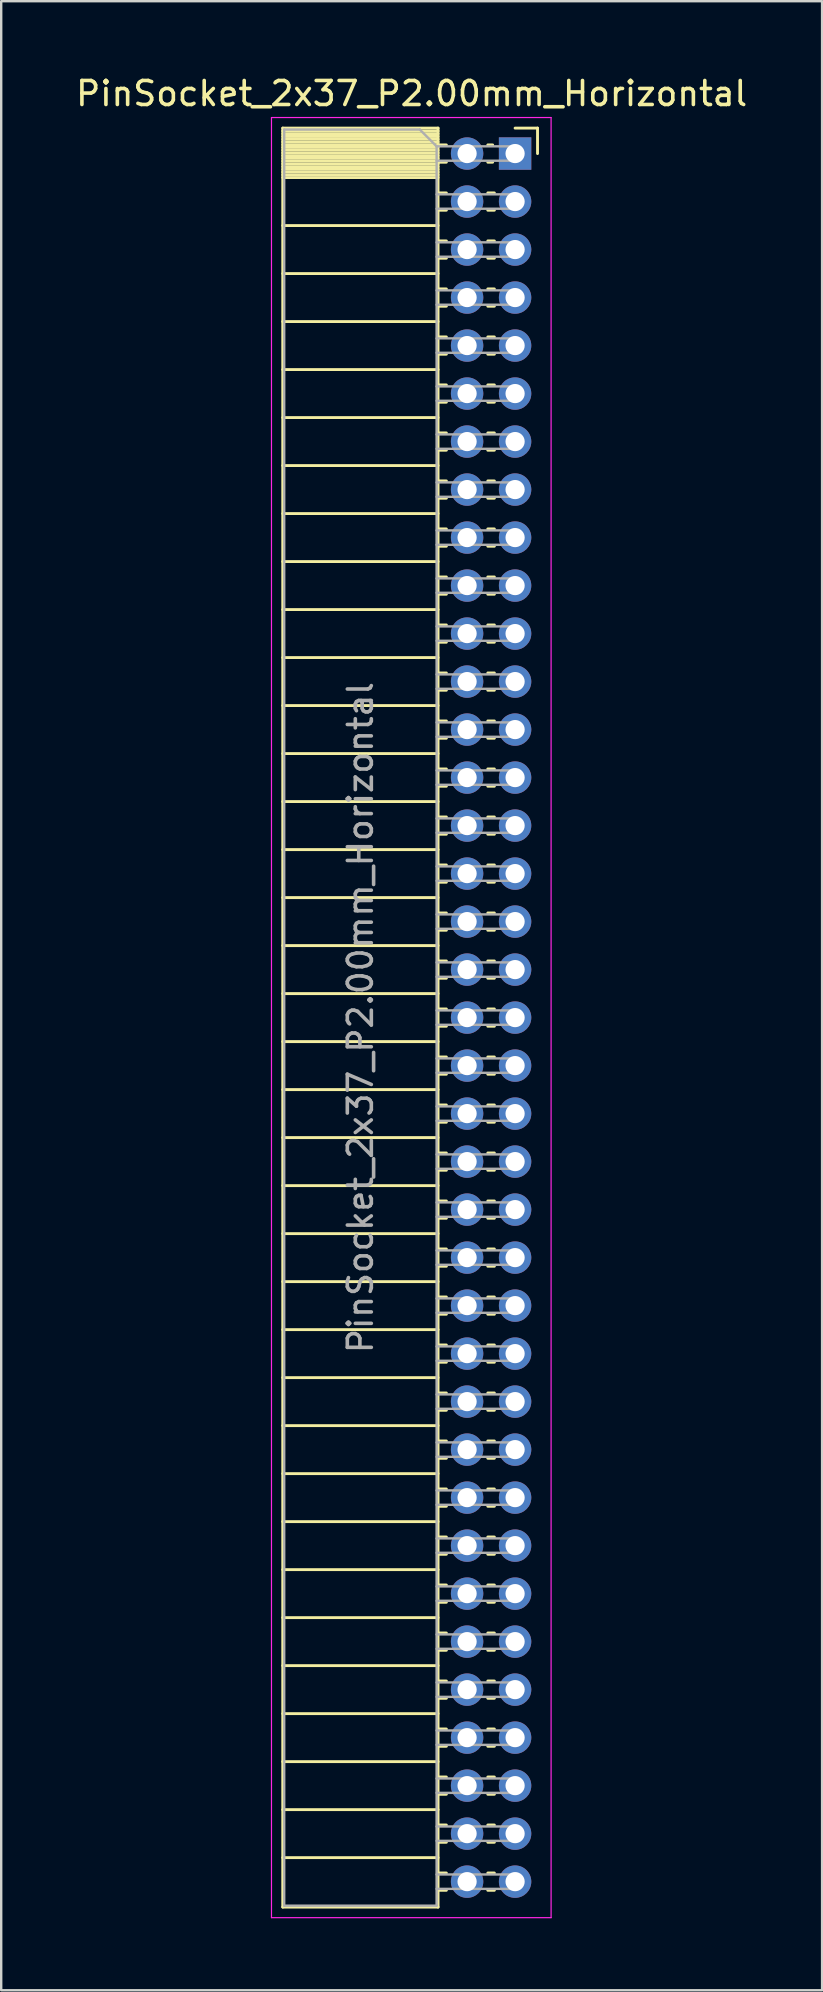
<source format=kicad_pcb>
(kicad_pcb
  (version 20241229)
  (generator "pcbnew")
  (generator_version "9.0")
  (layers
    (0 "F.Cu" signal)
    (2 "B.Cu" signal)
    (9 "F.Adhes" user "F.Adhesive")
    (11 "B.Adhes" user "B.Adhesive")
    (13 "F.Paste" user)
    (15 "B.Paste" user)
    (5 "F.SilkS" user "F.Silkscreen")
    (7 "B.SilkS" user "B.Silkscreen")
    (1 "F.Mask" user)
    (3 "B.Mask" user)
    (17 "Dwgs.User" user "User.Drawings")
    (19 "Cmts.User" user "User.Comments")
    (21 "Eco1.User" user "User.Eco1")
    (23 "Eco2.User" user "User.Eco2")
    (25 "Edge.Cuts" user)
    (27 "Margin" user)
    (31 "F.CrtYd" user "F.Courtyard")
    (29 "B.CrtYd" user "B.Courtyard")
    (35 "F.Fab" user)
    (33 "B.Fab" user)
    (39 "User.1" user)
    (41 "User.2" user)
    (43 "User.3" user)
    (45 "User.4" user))
  (footprint "PinSocket_2x37_P2.00mm_Horizontal"
    (layer "F.Cu")
    (at 18.411 3.348)
    (property "Reference" "PinSocket_2x37_P2.00mm_Horizontal" (at -4.31 -2.5 0) (layer "F.SilkS") (effects (font (size 1 1) (thickness 0.15))))
    (attr through_hole)
    (fp_line (start -9.68 -1.06) (end -9.68 73.06) (stroke (width 0.12) (type solid)) (layer "F.SilkS"))
    (fp_line (start -9.68 -1.06) (end -3.21 -1.06) (stroke (width 0.12) (type solid)) (layer "F.SilkS"))
    (fp_line (start -9.68 -0.94) (end -3.21 -0.94) (stroke (width 0.12) (type solid)) (layer "F.SilkS"))
    (fp_line (start -9.68 -0.826) (end -3.21 -0.826) (stroke (width 0.12) (type solid)) (layer "F.SilkS"))
    (fp_line (start -9.68 -0.712) (end -3.21 -0.712) (stroke (width 0.12) (type solid)) (layer "F.SilkS"))
    (fp_line (start -9.68 -0.598) (end -3.21 -0.598) (stroke (width 0.12) (type solid)) (layer "F.SilkS"))
    (fp_line (start -9.68 -0.484) (end -3.21 -0.484) (stroke (width 0.12) (type solid)) (layer "F.SilkS"))
    (fp_line (start -9.68 -0.369) (end -3.21 -0.369) (stroke (width 0.12) (type solid)) (layer "F.SilkS"))
    (fp_line (start -9.68 -0.255) (end -3.21 -0.255) (stroke (width 0.12) (type solid)) (layer "F.SilkS"))
    (fp_line (start -9.68 -0.141) (end -3.21 -0.141) (stroke (width 0.12) (type solid)) (layer "F.SilkS"))
    (fp_line (start -9.68 -0.027) (end -3.21 -0.027) (stroke (width 0.12) (type solid)) (layer "F.SilkS"))
    (fp_line (start -9.68 0.087) (end -3.21 0.087) (stroke (width 0.12) (type solid)) (layer "F.SilkS"))
    (fp_line (start -9.68 0.201) (end -3.21 0.201) (stroke (width 0.12) (type solid)) (layer "F.SilkS"))
    (fp_line (start -9.68 0.315) (end -3.21 0.315) (stroke (width 0.12) (type solid)) (layer "F.SilkS"))
    (fp_line (start -9.68 0.429) (end -3.21 0.429) (stroke (width 0.12) (type solid)) (layer "F.SilkS"))
    (fp_line (start -9.68 0.544) (end -3.21 0.544) (stroke (width 0.12) (type solid)) (layer "F.SilkS"))
    (fp_line (start -9.68 0.658) (end -3.21 0.658) (stroke (width 0.12) (type solid)) (layer "F.SilkS"))
    (fp_line (start -9.68 0.772) (end -3.21 0.772) (stroke (width 0.12) (type solid)) (layer "F.SilkS"))
    (fp_line (start -9.68 0.886) (end -3.21 0.886) (stroke (width 0.12) (type solid)) (layer "F.SilkS"))
    (fp_line (start -9.68 1) (end -3.21 1) (stroke (width 0.12) (type solid)) (layer "F.SilkS"))
    (fp_line (start -9.68 3) (end -3.21 3) (stroke (width 0.12) (type solid)) (layer "F.SilkS"))
    (fp_line (start -9.68 5) (end -3.21 5) (stroke (width 0.12) (type solid)) (layer "F.SilkS"))
    (fp_line (start -9.68 7) (end -3.21 7) (stroke (width 0.12) (type solid)) (layer "F.SilkS"))
    (fp_line (start -9.68 9) (end -3.21 9) (stroke (width 0.12) (type solid)) (layer "F.SilkS"))
    (fp_line (start -9.68 11) (end -3.21 11) (stroke (width 0.12) (type solid)) (layer "F.SilkS"))
    (fp_line (start -9.68 13) (end -3.21 13) (stroke (width 0.12) (type solid)) (layer "F.SilkS"))
    (fp_line (start -9.68 15) (end -3.21 15) (stroke (width 0.12) (type solid)) (layer "F.SilkS"))
    (fp_line (start -9.68 17) (end -3.21 17) (stroke (width 0.12) (type solid)) (layer "F.SilkS"))
    (fp_line (start -9.68 19) (end -3.21 19) (stroke (width 0.12) (type solid)) (layer "F.SilkS"))
    (fp_line (start -9.68 21) (end -3.21 21) (stroke (width 0.12) (type solid)) (layer "F.SilkS"))
    (fp_line (start -9.68 23) (end -3.21 23) (stroke (width 0.12) (type solid)) (layer "F.SilkS"))
    (fp_line (start -9.68 25) (end -3.21 25) (stroke (width 0.12) (type solid)) (layer "F.SilkS"))
    (fp_line (start -9.68 27) (end -3.21 27) (stroke (width 0.12) (type solid)) (layer "F.SilkS"))
    (fp_line (start -9.68 29) (end -3.21 29) (stroke (width 0.12) (type solid)) (layer "F.SilkS"))
    (fp_line (start -9.68 31) (end -3.21 31) (stroke (width 0.12) (type solid)) (layer "F.SilkS"))
    (fp_line (start -9.68 33) (end -3.21 33) (stroke (width 0.12) (type solid)) (layer "F.SilkS"))
    (fp_line (start -9.68 35) (end -3.21 35) (stroke (width 0.12) (type solid)) (layer "F.SilkS"))
    (fp_line (start -9.68 37) (end -3.21 37) (stroke (width 0.12) (type solid)) (layer "F.SilkS"))
    (fp_line (start -9.68 39) (end -3.21 39) (stroke (width 0.12) (type solid)) (layer "F.SilkS"))
    (fp_line (start -9.68 41) (end -3.21 41) (stroke (width 0.12) (type solid)) (layer "F.SilkS"))
    (fp_line (start -9.68 43) (end -3.21 43) (stroke (width 0.12) (type solid)) (layer "F.SilkS"))
    (fp_line (start -9.68 45) (end -3.21 45) (stroke (width 0.12) (type solid)) (layer "F.SilkS"))
    (fp_line (start -9.68 47) (end -3.21 47) (stroke (width 0.12) (type solid)) (layer "F.SilkS"))
    (fp_line (start -9.68 49) (end -3.21 49) (stroke (width 0.12) (type solid)) (layer "F.SilkS"))
    (fp_line (start -9.68 51) (end -3.21 51) (stroke (width 0.12) (type solid)) (layer "F.SilkS"))
    (fp_line (start -9.68 53) (end -3.21 53) (stroke (width 0.12) (type solid)) (layer "F.SilkS"))
    (fp_line (start -9.68 55) (end -3.21 55) (stroke (width 0.12) (type solid)) (layer "F.SilkS"))
    (fp_line (start -9.68 57) (end -3.21 57) (stroke (width 0.12) (type solid)) (layer "F.SilkS"))
    (fp_line (start -9.68 59) (end -3.21 59) (stroke (width 0.12) (type solid)) (layer "F.SilkS"))
    (fp_line (start -9.68 61) (end -3.21 61) (stroke (width 0.12) (type solid)) (layer "F.SilkS"))
    (fp_line (start -9.68 63) (end -3.21 63) (stroke (width 0.12) (type solid)) (layer "F.SilkS"))
    (fp_line (start -9.68 65) (end -3.21 65) (stroke (width 0.12) (type solid)) (layer "F.SilkS"))
    (fp_line (start -9.68 67) (end -3.21 67) (stroke (width 0.12) (type solid)) (layer "F.SilkS"))
    (fp_line (start -9.68 69) (end -3.21 69) (stroke (width 0.12) (type solid)) (layer "F.SilkS"))
    (fp_line (start -9.68 71) (end -3.21 71) (stroke (width 0.12) (type solid)) (layer "F.SilkS"))
    (fp_line (start -9.68 73.06) (end -3.21 73.06) (stroke (width 0.12) (type solid)) (layer "F.SilkS"))
    (fp_line (start -3.21 -1.06) (end -3.21 73.06) (stroke (width 0.12) (type solid)) (layer "F.SilkS"))
    (fp_line (start -3.21 -0.36) (end -2.863 -0.36) (stroke (width 0.12) (type solid)) (layer "F.SilkS"))
    (fp_line (start -3.21 0.36) (end -2.863 0.36) (stroke (width 0.12) (type solid)) (layer "F.SilkS"))
    (fp_line (start -3.21 1.64) (end -2.863 1.64) (stroke (width 0.12) (type solid)) (layer "F.SilkS"))
    (fp_line (start -3.21 2.36) (end -2.863 2.36) (stroke (width 0.12) (type solid)) (layer "F.SilkS"))
    (fp_line (start -3.21 3.64) (end -2.863 3.64) (stroke (width 0.12) (type solid)) (layer "F.SilkS"))
    (fp_line (start -3.21 4.36) (end -2.863 4.36) (stroke (width 0.12) (type solid)) (layer "F.SilkS"))
    (fp_line (start -3.21 5.64) (end -2.863 5.64) (stroke (width 0.12) (type solid)) (layer "F.SilkS"))
    (fp_line (start -3.21 6.36) (end -2.863 6.36) (stroke (width 0.12) (type solid)) (layer "F.SilkS"))
    (fp_line (start -3.21 7.64) (end -2.863 7.64) (stroke (width 0.12) (type solid)) (layer "F.SilkS"))
    (fp_line (start -3.21 8.36) (end -2.863 8.36) (stroke (width 0.12) (type solid)) (layer "F.SilkS"))
    (fp_line (start -3.21 9.64) (end -2.863 9.64) (stroke (width 0.12) (type solid)) (layer "F.SilkS"))
    (fp_line (start -3.21 10.36) (end -2.863 10.36) (stroke (width 0.12) (type solid)) (layer "F.SilkS"))
    (fp_line (start -3.21 11.64) (end -2.863 11.64) (stroke (width 0.12) (type solid)) (layer "F.SilkS"))
    (fp_line (start -3.21 12.36) (end -2.863 12.36) (stroke (width 0.12) (type solid)) (layer "F.SilkS"))
    (fp_line (start -3.21 13.64) (end -2.863 13.64) (stroke (width 0.12) (type solid)) (layer "F.SilkS"))
    (fp_line (start -3.21 14.36) (end -2.863 14.36) (stroke (width 0.12) (type solid)) (layer "F.SilkS"))
    (fp_line (start -3.21 15.64) (end -2.863 15.64) (stroke (width 0.12) (type solid)) (layer "F.SilkS"))
    (fp_line (start -3.21 16.36) (end -2.863 16.36) (stroke (width 0.12) (type solid)) (layer "F.SilkS"))
    (fp_line (start -3.21 17.64) (end -2.863 17.64) (stroke (width 0.12) (type solid)) (layer "F.SilkS"))
    (fp_line (start -3.21 18.36) (end -2.863 18.36) (stroke (width 0.12) (type solid)) (layer "F.SilkS"))
    (fp_line (start -3.21 19.64) (end -2.863 19.64) (stroke (width 0.12) (type solid)) (layer "F.SilkS"))
    (fp_line (start -3.21 20.36) (end -2.863 20.36) (stroke (width 0.12) (type solid)) (layer "F.SilkS"))
    (fp_line (start -3.21 21.64) (end -2.863 21.64) (stroke (width 0.12) (type solid)) (layer "F.SilkS"))
    (fp_line (start -3.21 22.36) (end -2.863 22.36) (stroke (width 0.12) (type solid)) (layer "F.SilkS"))
    (fp_line (start -3.21 23.64) (end -2.863 23.64) (stroke (width 0.12) (type solid)) (layer "F.SilkS"))
    (fp_line (start -3.21 24.36) (end -2.863 24.36) (stroke (width 0.12) (type solid)) (layer "F.SilkS"))
    (fp_line (start -3.21 25.64) (end -2.863 25.64) (stroke (width 0.12) (type solid)) (layer "F.SilkS"))
    (fp_line (start -3.21 26.36) (end -2.863 26.36) (stroke (width 0.12) (type solid)) (layer "F.SilkS"))
    (fp_line (start -3.21 27.64) (end -2.863 27.64) (stroke (width 0.12) (type solid)) (layer "F.SilkS"))
    (fp_line (start -3.21 28.36) (end -2.863 28.36) (stroke (width 0.12) (type solid)) (layer "F.SilkS"))
    (fp_line (start -3.21 29.64) (end -2.863 29.64) (stroke (width 0.12) (type solid)) (layer "F.SilkS"))
    (fp_line (start -3.21 30.36) (end -2.863 30.36) (stroke (width 0.12) (type solid)) (layer "F.SilkS"))
    (fp_line (start -3.21 31.64) (end -2.863 31.64) (stroke (width 0.12) (type solid)) (layer "F.SilkS"))
    (fp_line (start -3.21 32.36) (end -2.863 32.36) (stroke (width 0.12) (type solid)) (layer "F.SilkS"))
    (fp_line (start -3.21 33.64) (end -2.863 33.64) (stroke (width 0.12) (type solid)) (layer "F.SilkS"))
    (fp_line (start -3.21 34.36) (end -2.863 34.36) (stroke (width 0.12) (type solid)) (layer "F.SilkS"))
    (fp_line (start -3.21 35.64) (end -2.863 35.64) (stroke (width 0.12) (type solid)) (layer "F.SilkS"))
    (fp_line (start -3.21 36.36) (end -2.863 36.36) (stroke (width 0.12) (type solid)) (layer "F.SilkS"))
    (fp_line (start -3.21 37.64) (end -2.863 37.64) (stroke (width 0.12) (type solid)) (layer "F.SilkS"))
    (fp_line (start -3.21 38.36) (end -2.863 38.36) (stroke (width 0.12) (type solid)) (layer "F.SilkS"))
    (fp_line (start -3.21 39.64) (end -2.863 39.64) (stroke (width 0.12) (type solid)) (layer "F.SilkS"))
    (fp_line (start -3.21 40.36) (end -2.863 40.36) (stroke (width 0.12) (type solid)) (layer "F.SilkS"))
    (fp_line (start -3.21 41.64) (end -2.863 41.64) (stroke (width 0.12) (type solid)) (layer "F.SilkS"))
    (fp_line (start -3.21 42.36) (end -2.863 42.36) (stroke (width 0.12) (type solid)) (layer "F.SilkS"))
    (fp_line (start -3.21 43.64) (end -2.863 43.64) (stroke (width 0.12) (type solid)) (layer "F.SilkS"))
    (fp_line (start -3.21 44.36) (end -2.863 44.36) (stroke (width 0.12) (type solid)) (layer "F.SilkS"))
    (fp_line (start -3.21 45.64) (end -2.863 45.64) (stroke (width 0.12) (type solid)) (layer "F.SilkS"))
    (fp_line (start -3.21 46.36) (end -2.863 46.36) (stroke (width 0.12) (type solid)) (layer "F.SilkS"))
    (fp_line (start -3.21 47.64) (end -2.863 47.64) (stroke (width 0.12) (type solid)) (layer "F.SilkS"))
    (fp_line (start -3.21 48.36) (end -2.863 48.36) (stroke (width 0.12) (type solid)) (layer "F.SilkS"))
    (fp_line (start -3.21 49.64) (end -2.863 49.64) (stroke (width 0.12) (type solid)) (layer "F.SilkS"))
    (fp_line (start -3.21 50.36) (end -2.863 50.36) (stroke (width 0.12) (type solid)) (layer "F.SilkS"))
    (fp_line (start -3.21 51.64) (end -2.863 51.64) (stroke (width 0.12) (type solid)) (layer "F.SilkS"))
    (fp_line (start -3.21 52.36) (end -2.863 52.36) (stroke (width 0.12) (type solid)) (layer "F.SilkS"))
    (fp_line (start -3.21 53.64) (end -2.863 53.64) (stroke (width 0.12) (type solid)) (layer "F.SilkS"))
    (fp_line (start -3.21 54.36) (end -2.863 54.36) (stroke (width 0.12) (type solid)) (layer "F.SilkS"))
    (fp_line (start -3.21 55.64) (end -2.863 55.64) (stroke (width 0.12) (type solid)) (layer "F.SilkS"))
    (fp_line (start -3.21 56.36) (end -2.863 56.36) (stroke (width 0.12) (type solid)) (layer "F.SilkS"))
    (fp_line (start -3.21 57.64) (end -2.863 57.64) (stroke (width 0.12) (type solid)) (layer "F.SilkS"))
    (fp_line (start -3.21 58.36) (end -2.863 58.36) (stroke (width 0.12) (type solid)) (layer "F.SilkS"))
    (fp_line (start -3.21 59.64) (end -2.863 59.64) (stroke (width 0.12) (type solid)) (layer "F.SilkS"))
    (fp_line (start -3.21 60.36) (end -2.863 60.36) (stroke (width 0.12) (type solid)) (layer "F.SilkS"))
    (fp_line (start -3.21 61.64) (end -2.863 61.64) (stroke (width 0.12) (type solid)) (layer "F.SilkS"))
    (fp_line (start -3.21 62.36) (end -2.863 62.36) (stroke (width 0.12) (type solid)) (layer "F.SilkS"))
    (fp_line (start -3.21 63.64) (end -2.863 63.64) (stroke (width 0.12) (type solid)) (layer "F.SilkS"))
    (fp_line (start -3.21 64.36) (end -2.863 64.36) (stroke (width 0.12) (type solid)) (layer "F.SilkS"))
    (fp_line (start -3.21 65.64) (end -2.863 65.64) (stroke (width 0.12) (type solid)) (layer "F.SilkS"))
    (fp_line (start -3.21 66.36) (end -2.863 66.36) (stroke (width 0.12) (type solid)) (layer "F.SilkS"))
    (fp_line (start -3.21 67.64) (end -2.863 67.64) (stroke (width 0.12) (type solid)) (layer "F.SilkS"))
    (fp_line (start -3.21 68.36) (end -2.863 68.36) (stroke (width 0.12) (type solid)) (layer "F.SilkS"))
    (fp_line (start -3.21 69.64) (end -2.863 69.64) (stroke (width 0.12) (type solid)) (layer "F.SilkS"))
    (fp_line (start -3.21 70.36) (end -2.863 70.36) (stroke (width 0.12) (type solid)) (layer "F.SilkS"))
    (fp_line (start -3.21 71.64) (end -2.863 71.64) (stroke (width 0.12) (type solid)) (layer "F.SilkS"))
    (fp_line (start -3.21 72.36) (end -2.863 72.36) (stroke (width 0.12) (type solid)) (layer "F.SilkS"))
    (fp_line (start -1.137 -0.36) (end -0.935 -0.36) (stroke (width 0.12) (type solid)) (layer "F.SilkS"))
    (fp_line (start -1.137 0.36) (end -0.935 0.36) (stroke (width 0.12) (type solid)) (layer "F.SilkS"))
    (fp_line (start -1.137 1.64) (end -0.863 1.64) (stroke (width 0.12) (type solid)) (layer "F.SilkS"))
    (fp_line (start -1.137 2.36) (end -0.863 2.36) (stroke (width 0.12) (type solid)) (layer "F.SilkS"))
    (fp_line (start -1.137 3.64) (end -0.863 3.64) (stroke (width 0.12) (type solid)) (layer "F.SilkS"))
    (fp_line (start -1.137 4.36) (end -0.863 4.36) (stroke (width 0.12) (type solid)) (layer "F.SilkS"))
    (fp_line (start -1.137 5.64) (end -0.863 5.64) (stroke (width 0.12) (type solid)) (layer "F.SilkS"))
    (fp_line (start -1.137 6.36) (end -0.863 6.36) (stroke (width 0.12) (type solid)) (layer "F.SilkS"))
    (fp_line (start -1.137 7.64) (end -0.863 7.64) (stroke (width 0.12) (type solid)) (layer "F.SilkS"))
    (fp_line (start -1.137 8.36) (end -0.863 8.36) (stroke (width 0.12) (type solid)) (layer "F.SilkS"))
    (fp_line (start -1.137 9.64) (end -0.863 9.64) (stroke (width 0.12) (type solid)) (layer "F.SilkS"))
    (fp_line (start -1.137 10.36) (end -0.863 10.36) (stroke (width 0.12) (type solid)) (layer "F.SilkS"))
    (fp_line (start -1.137 11.64) (end -0.863 11.64) (stroke (width 0.12) (type solid)) (layer "F.SilkS"))
    (fp_line (start -1.137 12.36) (end -0.863 12.36) (stroke (width 0.12) (type solid)) (layer "F.SilkS"))
    (fp_line (start -1.137 13.64) (end -0.863 13.64) (stroke (width 0.12) (type solid)) (layer "F.SilkS"))
    (fp_line (start -1.137 14.36) (end -0.863 14.36) (stroke (width 0.12) (type solid)) (layer "F.SilkS"))
    (fp_line (start -1.137 15.64) (end -0.863 15.64) (stroke (width 0.12) (type solid)) (layer "F.SilkS"))
    (fp_line (start -1.137 16.36) (end -0.863 16.36) (stroke (width 0.12) (type solid)) (layer "F.SilkS"))
    (fp_line (start -1.137 17.64) (end -0.863 17.64) (stroke (width 0.12) (type solid)) (layer "F.SilkS"))
    (fp_line (start -1.137 18.36) (end -0.863 18.36) (stroke (width 0.12) (type solid)) (layer "F.SilkS"))
    (fp_line (start -1.137 19.64) (end -0.863 19.64) (stroke (width 0.12) (type solid)) (layer "F.SilkS"))
    (fp_line (start -1.137 20.36) (end -0.863 20.36) (stroke (width 0.12) (type solid)) (layer "F.SilkS"))
    (fp_line (start -1.137 21.64) (end -0.863 21.64) (stroke (width 0.12) (type solid)) (layer "F.SilkS"))
    (fp_line (start -1.137 22.36) (end -0.863 22.36) (stroke (width 0.12) (type solid)) (layer "F.SilkS"))
    (fp_line (start -1.137 23.64) (end -0.863 23.64) (stroke (width 0.12) (type solid)) (layer "F.SilkS"))
    (fp_line (start -1.137 24.36) (end -0.863 24.36) (stroke (width 0.12) (type solid)) (layer "F.SilkS"))
    (fp_line (start -1.137 25.64) (end -0.863 25.64) (stroke (width 0.12) (type solid)) (layer "F.SilkS"))
    (fp_line (start -1.137 26.36) (end -0.863 26.36) (stroke (width 0.12) (type solid)) (layer "F.SilkS"))
    (fp_line (start -1.137 27.64) (end -0.863 27.64) (stroke (width 0.12) (type solid)) (layer "F.SilkS"))
    (fp_line (start -1.137 28.36) (end -0.863 28.36) (stroke (width 0.12) (type solid)) (layer "F.SilkS"))
    (fp_line (start -1.137 29.64) (end -0.863 29.64) (stroke (width 0.12) (type solid)) (layer "F.SilkS"))
    (fp_line (start -1.137 30.36) (end -0.863 30.36) (stroke (width 0.12) (type solid)) (layer "F.SilkS"))
    (fp_line (start -1.137 31.64) (end -0.863 31.64) (stroke (width 0.12) (type solid)) (layer "F.SilkS"))
    (fp_line (start -1.137 32.36) (end -0.863 32.36) (stroke (width 0.12) (type solid)) (layer "F.SilkS"))
    (fp_line (start -1.137 33.64) (end -0.863 33.64) (stroke (width 0.12) (type solid)) (layer "F.SilkS"))
    (fp_line (start -1.137 34.36) (end -0.863 34.36) (stroke (width 0.12) (type solid)) (layer "F.SilkS"))
    (fp_line (start -1.137 35.64) (end -0.863 35.64) (stroke (width 0.12) (type solid)) (layer "F.SilkS"))
    (fp_line (start -1.137 36.36) (end -0.863 36.36) (stroke (width 0.12) (type solid)) (layer "F.SilkS"))
    (fp_line (start -1.137 37.64) (end -0.863 37.64) (stroke (width 0.12) (type solid)) (layer "F.SilkS"))
    (fp_line (start -1.137 38.36) (end -0.863 38.36) (stroke (width 0.12) (type solid)) (layer "F.SilkS"))
    (fp_line (start -1.137 39.64) (end -0.863 39.64) (stroke (width 0.12) (type solid)) (layer "F.SilkS"))
    (fp_line (start -1.137 40.36) (end -0.863 40.36) (stroke (width 0.12) (type solid)) (layer "F.SilkS"))
    (fp_line (start -1.137 41.64) (end -0.863 41.64) (stroke (width 0.12) (type solid)) (layer "F.SilkS"))
    (fp_line (start -1.137 42.36) (end -0.863 42.36) (stroke (width 0.12) (type solid)) (layer "F.SilkS"))
    (fp_line (start -1.137 43.64) (end -0.863 43.64) (stroke (width 0.12) (type solid)) (layer "F.SilkS"))
    (fp_line (start -1.137 44.36) (end -0.863 44.36) (stroke (width 0.12) (type solid)) (layer "F.SilkS"))
    (fp_line (start -1.137 45.64) (end -0.863 45.64) (stroke (width 0.12) (type solid)) (layer "F.SilkS"))
    (fp_line (start -1.137 46.36) (end -0.863 46.36) (stroke (width 0.12) (type solid)) (layer "F.SilkS"))
    (fp_line (start -1.137 47.64) (end -0.863 47.64) (stroke (width 0.12) (type solid)) (layer "F.SilkS"))
    (fp_line (start -1.137 48.36) (end -0.863 48.36) (stroke (width 0.12) (type solid)) (layer "F.SilkS"))
    (fp_line (start -1.137 49.64) (end -0.863 49.64) (stroke (width 0.12) (type solid)) (layer "F.SilkS"))
    (fp_line (start -1.137 50.36) (end -0.863 50.36) (stroke (width 0.12) (type solid)) (layer "F.SilkS"))
    (fp_line (start -1.137 51.64) (end -0.863 51.64) (stroke (width 0.12) (type solid)) (layer "F.SilkS"))
    (fp_line (start -1.137 52.36) (end -0.863 52.36) (stroke (width 0.12) (type solid)) (layer "F.SilkS"))
    (fp_line (start -1.137 53.64) (end -0.863 53.64) (stroke (width 0.12) (type solid)) (layer "F.SilkS"))
    (fp_line (start -1.137 54.36) (end -0.863 54.36) (stroke (width 0.12) (type solid)) (layer "F.SilkS"))
    (fp_line (start -1.137 55.64) (end -0.863 55.64) (stroke (width 0.12) (type solid)) (layer "F.SilkS"))
    (fp_line (start -1.137 56.36) (end -0.863 56.36) (stroke (width 0.12) (type solid)) (layer "F.SilkS"))
    (fp_line (start -1.137 57.64) (end -0.863 57.64) (stroke (width 0.12) (type solid)) (layer "F.SilkS"))
    (fp_line (start -1.137 58.36) (end -0.863 58.36) (stroke (width 0.12) (type solid)) (layer "F.SilkS"))
    (fp_line (start -1.137 59.64) (end -0.863 59.64) (stroke (width 0.12) (type solid)) (layer "F.SilkS"))
    (fp_line (start -1.137 60.36) (end -0.863 60.36) (stroke (width 0.12) (type solid)) (layer "F.SilkS"))
    (fp_line (start -1.137 61.64) (end -0.863 61.64) (stroke (width 0.12) (type solid)) (layer "F.SilkS"))
    (fp_line (start -1.137 62.36) (end -0.863 62.36) (stroke (width 0.12) (type solid)) (layer "F.SilkS"))
    (fp_line (start -1.137 63.64) (end -0.863 63.64) (stroke (width 0.12) (type solid)) (layer "F.SilkS"))
    (fp_line (start -1.137 64.36) (end -0.863 64.36) (stroke (width 0.12) (type solid)) (layer "F.SilkS"))
    (fp_line (start -1.137 65.64) (end -0.863 65.64) (stroke (width 0.12) (type solid)) (layer "F.SilkS"))
    (fp_line (start -1.137 66.36) (end -0.863 66.36) (stroke (width 0.12) (type solid)) (layer "F.SilkS"))
    (fp_line (start -1.137 67.64) (end -0.863 67.64) (stroke (width 0.12) (type solid)) (layer "F.SilkS"))
    (fp_line (start -1.137 68.36) (end -0.863 68.36) (stroke (width 0.12) (type solid)) (layer "F.SilkS"))
    (fp_line (start -1.137 69.64) (end -0.863 69.64) (stroke (width 0.12) (type solid)) (layer "F.SilkS"))
    (fp_line (start -1.137 70.36) (end -0.863 70.36) (stroke (width 0.12) (type solid)) (layer "F.SilkS"))
    (fp_line (start -1.137 71.64) (end -0.863 71.64) (stroke (width 0.12) (type solid)) (layer "F.SilkS"))
    (fp_line (start -1.137 72.36) (end -0.863 72.36) (stroke (width 0.12) (type solid)) (layer "F.SilkS"))
    (fp_line (start 0 -1.06) (end 0.935 -1.06) (stroke (width 0.12) (type solid)) (layer "F.SilkS"))
    (fp_line (start 0.935 -1.06) (end 0.935 0) (stroke (width 0.12) (type solid)) (layer "F.SilkS"))
    (fp_line (start -10.15 -1.5) (end -10.15 73.5) (stroke (width 0.05) (type solid)) (layer "F.CrtYd"))
    (fp_line (start -10.15 73.5) (end 1.5 73.5) (stroke (width 0.05) (type solid)) (layer "F.CrtYd"))
    (fp_line (start 1.5 -1.5) (end -10.15 -1.5) (stroke (width 0.05) (type solid)) (layer "F.CrtYd"))
    (fp_line (start 1.5 73.5) (end 1.5 -1.5) (stroke (width 0.05) (type solid)) (layer "F.CrtYd"))
    (fp_line (start -9.62 -1) (end -3.97 -1) (stroke (width 0.1) (type solid)) (layer "F.Fab"))
    (fp_line (start -9.62 73) (end -9.62 -1) (stroke (width 0.1) (type solid)) (layer "F.Fab"))
    (fp_line (start -3.97 -1) (end -3.27 -0.3) (stroke (width 0.1) (type solid)) (layer "F.Fab"))
    (fp_line (start -3.27 -0.3) (end -3.27 73) (stroke (width 0.1) (type solid)) (layer "F.Fab"))
    (fp_line (start -3.27 0.3) (end 0 0.3) (stroke (width 0.1) (type solid)) (layer "F.Fab"))
    (fp_line (start -3.27 2.3) (end 0 2.3) (stroke (width 0.1) (type solid)) (layer "F.Fab"))
    (fp_line (start -3.27 4.3) (end 0 4.3) (stroke (width 0.1) (type solid)) (layer "F.Fab"))
    (fp_line (start -3.27 6.3) (end 0 6.3) (stroke (width 0.1) (type solid)) (layer "F.Fab"))
    (fp_line (start -3.27 8.3) (end 0 8.3) (stroke (width 0.1) (type solid)) (layer "F.Fab"))
    (fp_line (start -3.27 10.3) (end 0 10.3) (stroke (width 0.1) (type solid)) (layer "F.Fab"))
    (fp_line (start -3.27 12.3) (end 0 12.3) (stroke (width 0.1) (type solid)) (layer "F.Fab"))
    (fp_line (start -3.27 14.3) (end 0 14.3) (stroke (width 0.1) (type solid)) (layer "F.Fab"))
    (fp_line (start -3.27 16.3) (end 0 16.3) (stroke (width 0.1) (type solid)) (layer "F.Fab"))
    (fp_line (start -3.27 18.3) (end 0 18.3) (stroke (width 0.1) (type solid)) (layer "F.Fab"))
    (fp_line (start -3.27 20.3) (end 0 20.3) (stroke (width 0.1) (type solid)) (layer "F.Fab"))
    (fp_line (start -3.27 22.3) (end 0 22.3) (stroke (width 0.1) (type solid)) (layer "F.Fab"))
    (fp_line (start -3.27 24.3) (end 0 24.3) (stroke (width 0.1) (type solid)) (layer "F.Fab"))
    (fp_line (start -3.27 26.3) (end 0 26.3) (stroke (width 0.1) (type solid)) (layer "F.Fab"))
    (fp_line (start -3.27 28.3) (end 0 28.3) (stroke (width 0.1) (type solid)) (layer "F.Fab"))
    (fp_line (start -3.27 30.3) (end 0 30.3) (stroke (width 0.1) (type solid)) (layer "F.Fab"))
    (fp_line (start -3.27 32.3) (end 0 32.3) (stroke (width 0.1) (type solid)) (layer "F.Fab"))
    (fp_line (start -3.27 34.3) (end 0 34.3) (stroke (width 0.1) (type solid)) (layer "F.Fab"))
    (fp_line (start -3.27 36.3) (end 0 36.3) (stroke (width 0.1) (type solid)) (layer "F.Fab"))
    (fp_line (start -3.27 38.3) (end 0 38.3) (stroke (width 0.1) (type solid)) (layer "F.Fab"))
    (fp_line (start -3.27 40.3) (end 0 40.3) (stroke (width 0.1) (type solid)) (layer "F.Fab"))
    (fp_line (start -3.27 42.3) (end 0 42.3) (stroke (width 0.1) (type solid)) (layer "F.Fab"))
    (fp_line (start -3.27 44.3) (end 0 44.3) (stroke (width 0.1) (type solid)) (layer "F.Fab"))
    (fp_line (start -3.27 46.3) (end 0 46.3) (stroke (width 0.1) (type solid)) (layer "F.Fab"))
    (fp_line (start -3.27 48.3) (end 0 48.3) (stroke (width 0.1) (type solid)) (layer "F.Fab"))
    (fp_line (start -3.27 50.3) (end 0 50.3) (stroke (width 0.1) (type solid)) (layer "F.Fab"))
    (fp_line (start -3.27 52.3) (end 0 52.3) (stroke (width 0.1) (type solid)) (layer "F.Fab"))
    (fp_line (start -3.27 54.3) (end 0 54.3) (stroke (width 0.1) (type solid)) (layer "F.Fab"))
    (fp_line (start -3.27 56.3) (end 0 56.3) (stroke (width 0.1) (type solid)) (layer "F.Fab"))
    (fp_line (start -3.27 58.3) (end 0 58.3) (stroke (width 0.1) (type solid)) (layer "F.Fab"))
    (fp_line (start -3.27 60.3) (end 0 60.3) (stroke (width 0.1) (type solid)) (layer "F.Fab"))
    (fp_line (start -3.27 62.3) (end 0 62.3) (stroke (width 0.1) (type solid)) (layer "F.Fab"))
    (fp_line (start -3.27 64.3) (end 0 64.3) (stroke (width 0.1) (type solid)) (layer "F.Fab"))
    (fp_line (start -3.27 66.3) (end 0 66.3) (stroke (width 0.1) (type solid)) (layer "F.Fab"))
    (fp_line (start -3.27 68.3) (end 0 68.3) (stroke (width 0.1) (type solid)) (layer "F.Fab"))
    (fp_line (start -3.27 70.3) (end 0 70.3) (stroke (width 0.1) (type solid)) (layer "F.Fab"))
    (fp_line (start -3.27 72.3) (end 0 72.3) (stroke (width 0.1) (type solid)) (layer "F.Fab"))
    (fp_line (start -3.27 73) (end -9.62 73) (stroke (width 0.1) (type solid)) (layer "F.Fab"))
    (fp_line (start 0 -0.3) (end -3.27 -0.3) (stroke (width 0.1) (type solid)) (layer "F.Fab"))
    (fp_line (start 0 0.3) (end 0 -0.3) (stroke (width 0.1) (type solid)) (layer "F.Fab"))
    (fp_line (start 0 1.7) (end -3.27 1.7) (stroke (width 0.1) (type solid)) (layer "F.Fab"))
    (fp_line (start 0 2.3) (end 0 1.7) (stroke (width 0.1) (type solid)) (layer "F.Fab"))
    (fp_line (start 0 3.7) (end -3.27 3.7) (stroke (width 0.1) (type solid)) (layer "F.Fab"))
    (fp_line (start 0 4.3) (end 0 3.7) (stroke (width 0.1) (type solid)) (layer "F.Fab"))
    (fp_line (start 0 5.7) (end -3.27 5.7) (stroke (width 0.1) (type solid)) (layer "F.Fab"))
    (fp_line (start 0 6.3) (end 0 5.7) (stroke (width 0.1) (type solid)) (layer "F.Fab"))
    (fp_line (start 0 7.7) (end -3.27 7.7) (stroke (width 0.1) (type solid)) (layer "F.Fab"))
    (fp_line (start 0 8.3) (end 0 7.7) (stroke (width 0.1) (type solid)) (layer "F.Fab"))
    (fp_line (start 0 9.7) (end -3.27 9.7) (stroke (width 0.1) (type solid)) (layer "F.Fab"))
    (fp_line (start 0 10.3) (end 0 9.7) (stroke (width 0.1) (type solid)) (layer "F.Fab"))
    (fp_line (start 0 11.7) (end -3.27 11.7) (stroke (width 0.1) (type solid)) (layer "F.Fab"))
    (fp_line (start 0 12.3) (end 0 11.7) (stroke (width 0.1) (type solid)) (layer "F.Fab"))
    (fp_line (start 0 13.7) (end -3.27 13.7) (stroke (width 0.1) (type solid)) (layer "F.Fab"))
    (fp_line (start 0 14.3) (end 0 13.7) (stroke (width 0.1) (type solid)) (layer "F.Fab"))
    (fp_line (start 0 15.7) (end -3.27 15.7) (stroke (width 0.1) (type solid)) (layer "F.Fab"))
    (fp_line (start 0 16.3) (end 0 15.7) (stroke (width 0.1) (type solid)) (layer "F.Fab"))
    (fp_line (start 0 17.7) (end -3.27 17.7) (stroke (width 0.1) (type solid)) (layer "F.Fab"))
    (fp_line (start 0 18.3) (end 0 17.7) (stroke (width 0.1) (type solid)) (layer "F.Fab"))
    (fp_line (start 0 19.7) (end -3.27 19.7) (stroke (width 0.1) (type solid)) (layer "F.Fab"))
    (fp_line (start 0 20.3) (end 0 19.7) (stroke (width 0.1) (type solid)) (layer "F.Fab"))
    (fp_line (start 0 21.7) (end -3.27 21.7) (stroke (width 0.1) (type solid)) (layer "F.Fab"))
    (fp_line (start 0 22.3) (end 0 21.7) (stroke (width 0.1) (type solid)) (layer "F.Fab"))
    (fp_line (start 0 23.7) (end -3.27 23.7) (stroke (width 0.1) (type solid)) (layer "F.Fab"))
    (fp_line (start 0 24.3) (end 0 23.7) (stroke (width 0.1) (type solid)) (layer "F.Fab"))
    (fp_line (start 0 25.7) (end -3.27 25.7) (stroke (width 0.1) (type solid)) (layer "F.Fab"))
    (fp_line (start 0 26.3) (end 0 25.7) (stroke (width 0.1) (type solid)) (layer "F.Fab"))
    (fp_line (start 0 27.7) (end -3.27 27.7) (stroke (width 0.1) (type solid)) (layer "F.Fab"))
    (fp_line (start 0 28.3) (end 0 27.7) (stroke (width 0.1) (type solid)) (layer "F.Fab"))
    (fp_line (start 0 29.7) (end -3.27 29.7) (stroke (width 0.1) (type solid)) (layer "F.Fab"))
    (fp_line (start 0 30.3) (end 0 29.7) (stroke (width 0.1) (type solid)) (layer "F.Fab"))
    (fp_line (start 0 31.7) (end -3.27 31.7) (stroke (width 0.1) (type solid)) (layer "F.Fab"))
    (fp_line (start 0 32.3) (end 0 31.7) (stroke (width 0.1) (type solid)) (layer "F.Fab"))
    (fp_line (start 0 33.7) (end -3.27 33.7) (stroke (width 0.1) (type solid)) (layer "F.Fab"))
    (fp_line (start 0 34.3) (end 0 33.7) (stroke (width 0.1) (type solid)) (layer "F.Fab"))
    (fp_line (start 0 35.7) (end -3.27 35.7) (stroke (width 0.1) (type solid)) (layer "F.Fab"))
    (fp_line (start 0 36.3) (end 0 35.7) (stroke (width 0.1) (type solid)) (layer "F.Fab"))
    (fp_line (start 0 37.7) (end -3.27 37.7) (stroke (width 0.1) (type solid)) (layer "F.Fab"))
    (fp_line (start 0 38.3) (end 0 37.7) (stroke (width 0.1) (type solid)) (layer "F.Fab"))
    (fp_line (start 0 39.7) (end -3.27 39.7) (stroke (width 0.1) (type solid)) (layer "F.Fab"))
    (fp_line (start 0 40.3) (end 0 39.7) (stroke (width 0.1) (type solid)) (layer "F.Fab"))
    (fp_line (start 0 41.7) (end -3.27 41.7) (stroke (width 0.1) (type solid)) (layer "F.Fab"))
    (fp_line (start 0 42.3) (end 0 41.7) (stroke (width 0.1) (type solid)) (layer "F.Fab"))
    (fp_line (start 0 43.7) (end -3.27 43.7) (stroke (width 0.1) (type solid)) (layer "F.Fab"))
    (fp_line (start 0 44.3) (end 0 43.7) (stroke (width 0.1) (type solid)) (layer "F.Fab"))
    (fp_line (start 0 45.7) (end -3.27 45.7) (stroke (width 0.1) (type solid)) (layer "F.Fab"))
    (fp_line (start 0 46.3) (end 0 45.7) (stroke (width 0.1) (type solid)) (layer "F.Fab"))
    (fp_line (start 0 47.7) (end -3.27 47.7) (stroke (width 0.1) (type solid)) (layer "F.Fab"))
    (fp_line (start 0 48.3) (end 0 47.7) (stroke (width 0.1) (type solid)) (layer "F.Fab"))
    (fp_line (start 0 49.7) (end -3.27 49.7) (stroke (width 0.1) (type solid)) (layer "F.Fab"))
    (fp_line (start 0 50.3) (end 0 49.7) (stroke (width 0.1) (type solid)) (layer "F.Fab"))
    (fp_line (start 0 51.7) (end -3.27 51.7) (stroke (width 0.1) (type solid)) (layer "F.Fab"))
    (fp_line (start 0 52.3) (end 0 51.7) (stroke (width 0.1) (type solid)) (layer "F.Fab"))
    (fp_line (start 0 53.7) (end -3.27 53.7) (stroke (width 0.1) (type solid)) (layer "F.Fab"))
    (fp_line (start 0 54.3) (end 0 53.7) (stroke (width 0.1) (type solid)) (layer "F.Fab"))
    (fp_line (start 0 55.7) (end -3.27 55.7) (stroke (width 0.1) (type solid)) (layer "F.Fab"))
    (fp_line (start 0 56.3) (end 0 55.7) (stroke (width 0.1) (type solid)) (layer "F.Fab"))
    (fp_line (start 0 57.7) (end -3.27 57.7) (stroke (width 0.1) (type solid)) (layer "F.Fab"))
    (fp_line (start 0 58.3) (end 0 57.7) (stroke (width 0.1) (type solid)) (layer "F.Fab"))
    (fp_line (start 0 59.7) (end -3.27 59.7) (stroke (width 0.1) (type solid)) (layer "F.Fab"))
    (fp_line (start 0 60.3) (end 0 59.7) (stroke (width 0.1) (type solid)) (layer "F.Fab"))
    (fp_line (start 0 61.7) (end -3.27 61.7) (stroke (width 0.1) (type solid)) (layer "F.Fab"))
    (fp_line (start 0 62.3) (end 0 61.7) (stroke (width 0.1) (type solid)) (layer "F.Fab"))
    (fp_line (start 0 63.7) (end -3.27 63.7) (stroke (width 0.1) (type solid)) (layer "F.Fab"))
    (fp_line (start 0 64.3) (end 0 63.7) (stroke (width 0.1) (type solid)) (layer "F.Fab"))
    (fp_line (start 0 65.7) (end -3.27 65.7) (stroke (width 0.1) (type solid)) (layer "F.Fab"))
    (fp_line (start 0 66.3) (end 0 65.7) (stroke (width 0.1) (type solid)) (layer "F.Fab"))
    (fp_line (start 0 67.7) (end -3.27 67.7) (stroke (width 0.1) (type solid)) (layer "F.Fab"))
    (fp_line (start 0 68.3) (end 0 67.7) (stroke (width 0.1) (type solid)) (layer "F.Fab"))
    (fp_line (start 0 69.7) (end -3.27 69.7) (stroke (width 0.1) (type solid)) (layer "F.Fab"))
    (fp_line (start 0 70.3) (end 0 69.7) (stroke (width 0.1) (type solid)) (layer "F.Fab"))
    (fp_line (start 0 71.7) (end -3.27 71.7) (stroke (width 0.1) (type solid)) (layer "F.Fab"))
    (fp_line (start 0 72.3) (end 0 71.7) (stroke (width 0.1) (type solid)) (layer "F.Fab"))
    (fp_text user "${REFERENCE}" (at -6.445 36 90) (layer "F.Fab") (effects (font (size 1 1) (thickness 0.15))))
    (pad "1" thru_hole rect (at 0 0) (size 1.35 1.35) (drill 0.8) (layers "*.Cu" "*.Mask"))
    (pad "2" thru_hole circle (at -2 0) (size 1.35 1.35) (drill 0.8) (layers "*.Cu" "*.Mask"))
    (pad "3" thru_hole circle (at 0 2) (size 1.35 1.35) (drill 0.8) (layers "*.Cu" "*.Mask"))
    (pad "4" thru_hole circle (at -2 2) (size 1.35 1.35) (drill 0.8) (layers "*.Cu" "*.Mask"))
    (pad "5" thru_hole circle (at 0 4) (size 1.35 1.35) (drill 0.8) (layers "*.Cu" "*.Mask"))
    (pad "6" thru_hole circle (at -2 4) (size 1.35 1.35) (drill 0.8) (layers "*.Cu" "*.Mask"))
    (pad "7" thru_hole circle (at 0 6) (size 1.35 1.35) (drill 0.8) (layers "*.Cu" "*.Mask"))
    (pad "8" thru_hole circle (at -2 6) (size 1.35 1.35) (drill 0.8) (layers "*.Cu" "*.Mask"))
    (pad "9" thru_hole circle (at 0 8) (size 1.35 1.35) (drill 0.8) (layers "*.Cu" "*.Mask"))
    (pad "10" thru_hole circle (at -2 8) (size 1.35 1.35) (drill 0.8) (layers "*.Cu" "*.Mask"))
    (pad "11" thru_hole circle (at 0 10) (size 1.35 1.35) (drill 0.8) (layers "*.Cu" "*.Mask"))
    (pad "12" thru_hole circle (at -2 10) (size 1.35 1.35) (drill 0.8) (layers "*.Cu" "*.Mask"))
    (pad "13" thru_hole circle (at 0 12) (size 1.35 1.35) (drill 0.8) (layers "*.Cu" "*.Mask"))
    (pad "14" thru_hole circle (at -2 12) (size 1.35 1.35) (drill 0.8) (layers "*.Cu" "*.Mask"))
    (pad "15" thru_hole circle (at 0 14) (size 1.35 1.35) (drill 0.8) (layers "*.Cu" "*.Mask"))
    (pad "16" thru_hole circle (at -2 14) (size 1.35 1.35) (drill 0.8) (layers "*.Cu" "*.Mask"))
    (pad "17" thru_hole circle (at 0 16) (size 1.35 1.35) (drill 0.8) (layers "*.Cu" "*.Mask"))
    (pad "18" thru_hole circle (at -2 16) (size 1.35 1.35) (drill 0.8) (layers "*.Cu" "*.Mask"))
    (pad "19" thru_hole circle (at 0 18) (size 1.35 1.35) (drill 0.8) (layers "*.Cu" "*.Mask"))
    (pad "20" thru_hole circle (at -2 18) (size 1.35 1.35) (drill 0.8) (layers "*.Cu" "*.Mask"))
    (pad "21" thru_hole circle (at 0 20) (size 1.35 1.35) (drill 0.8) (layers "*.Cu" "*.Mask"))
    (pad "22" thru_hole circle (at -2 20) (size 1.35 1.35) (drill 0.8) (layers "*.Cu" "*.Mask"))
    (pad "23" thru_hole circle (at 0 22) (size 1.35 1.35) (drill 0.8) (layers "*.Cu" "*.Mask"))
    (pad "24" thru_hole circle (at -2 22) (size 1.35 1.35) (drill 0.8) (layers "*.Cu" "*.Mask"))
    (pad "25" thru_hole circle (at 0 24) (size 1.35 1.35) (drill 0.8) (layers "*.Cu" "*.Mask"))
    (pad "26" thru_hole circle (at -2 24) (size 1.35 1.35) (drill 0.8) (layers "*.Cu" "*.Mask"))
    (pad "27" thru_hole circle (at 0 26) (size 1.35 1.35) (drill 0.8) (layers "*.Cu" "*.Mask"))
    (pad "28" thru_hole circle (at -2 26) (size 1.35 1.35) (drill 0.8) (layers "*.Cu" "*.Mask"))
    (pad "29" thru_hole circle (at 0 28) (size 1.35 1.35) (drill 0.8) (layers "*.Cu" "*.Mask"))
    (pad "30" thru_hole circle (at -2 28) (size 1.35 1.35) (drill 0.8) (layers "*.Cu" "*.Mask"))
    (pad "31" thru_hole circle (at 0 30) (size 1.35 1.35) (drill 0.8) (layers "*.Cu" "*.Mask"))
    (pad "32" thru_hole circle (at -2 30) (size 1.35 1.35) (drill 0.8) (layers "*.Cu" "*.Mask"))
    (pad "33" thru_hole circle (at 0 32) (size 1.35 1.35) (drill 0.8) (layers "*.Cu" "*.Mask"))
    (pad "34" thru_hole circle (at -2 32) (size 1.35 1.35) (drill 0.8) (layers "*.Cu" "*.Mask"))
    (pad "35" thru_hole circle (at 0 34) (size 1.35 1.35) (drill 0.8) (layers "*.Cu" "*.Mask"))
    (pad "36" thru_hole circle (at -2 34) (size 1.35 1.35) (drill 0.8) (layers "*.Cu" "*.Mask"))
    (pad "37" thru_hole circle (at 0 36) (size 1.35 1.35) (drill 0.8) (layers "*.Cu" "*.Mask"))
    (pad "38" thru_hole circle (at -2 36) (size 1.35 1.35) (drill 0.8) (layers "*.Cu" "*.Mask"))
    (pad "39" thru_hole circle (at 0 38) (size 1.35 1.35) (drill 0.8) (layers "*.Cu" "*.Mask"))
    (pad "40" thru_hole circle (at -2 38) (size 1.35 1.35) (drill 0.8) (layers "*.Cu" "*.Mask"))
    (pad "41" thru_hole circle (at 0 40) (size 1.35 1.35) (drill 0.8) (layers "*.Cu" "*.Mask"))
    (pad "42" thru_hole circle (at -2 40) (size 1.35 1.35) (drill 0.8) (layers "*.Cu" "*.Mask"))
    (pad "43" thru_hole circle (at 0 42) (size 1.35 1.35) (drill 0.8) (layers "*.Cu" "*.Mask"))
    (pad "44" thru_hole circle (at -2 42) (size 1.35 1.35) (drill 0.8) (layers "*.Cu" "*.Mask"))
    (pad "45" thru_hole circle (at 0 44) (size 1.35 1.35) (drill 0.8) (layers "*.Cu" "*.Mask"))
    (pad "46" thru_hole circle (at -2 44) (size 1.35 1.35) (drill 0.8) (layers "*.Cu" "*.Mask"))
    (pad "47" thru_hole circle (at 0 46) (size 1.35 1.35) (drill 0.8) (layers "*.Cu" "*.Mask"))
    (pad "48" thru_hole circle (at -2 46) (size 1.35 1.35) (drill 0.8) (layers "*.Cu" "*.Mask"))
    (pad "49" thru_hole circle (at 0 48) (size 1.35 1.35) (drill 0.8) (layers "*.Cu" "*.Mask"))
    (pad "50" thru_hole circle (at -2 48) (size 1.35 1.35) (drill 0.8) (layers "*.Cu" "*.Mask"))
    (pad "51" thru_hole circle (at 0 50) (size 1.35 1.35) (drill 0.8) (layers "*.Cu" "*.Mask"))
    (pad "52" thru_hole circle (at -2 50) (size 1.35 1.35) (drill 0.8) (layers "*.Cu" "*.Mask"))
    (pad "53" thru_hole circle (at 0 52) (size 1.35 1.35) (drill 0.8) (layers "*.Cu" "*.Mask"))
    (pad "54" thru_hole circle (at -2 52) (size 1.35 1.35) (drill 0.8) (layers "*.Cu" "*.Mask"))
    (pad "55" thru_hole circle (at 0 54) (size 1.35 1.35) (drill 0.8) (layers "*.Cu" "*.Mask"))
    (pad "56" thru_hole circle (at -2 54) (size 1.35 1.35) (drill 0.8) (layers "*.Cu" "*.Mask"))
    (pad "57" thru_hole circle (at 0 56) (size 1.35 1.35) (drill 0.8) (layers "*.Cu" "*.Mask"))
    (pad "58" thru_hole circle (at -2 56) (size 1.35 1.35) (drill 0.8) (layers "*.Cu" "*.Mask"))
    (pad "59" thru_hole circle (at 0 58) (size 1.35 1.35) (drill 0.8) (layers "*.Cu" "*.Mask"))
    (pad "60" thru_hole circle (at -2 58) (size 1.35 1.35) (drill 0.8) (layers "*.Cu" "*.Mask"))
    (pad "61" thru_hole circle (at 0 60) (size 1.35 1.35) (drill 0.8) (layers "*.Cu" "*.Mask"))
    (pad "62" thru_hole circle (at -2 60) (size 1.35 1.35) (drill 0.8) (layers "*.Cu" "*.Mask"))
    (pad "63" thru_hole circle (at 0 62) (size 1.35 1.35) (drill 0.8) (layers "*.Cu" "*.Mask"))
    (pad "64" thru_hole circle (at -2 62) (size 1.35 1.35) (drill 0.8) (layers "*.Cu" "*.Mask"))
    (pad "65" thru_hole circle (at 0 64) (size 1.35 1.35) (drill 0.8) (layers "*.Cu" "*.Mask"))
    (pad "66" thru_hole circle (at -2 64) (size 1.35 1.35) (drill 0.8) (layers "*.Cu" "*.Mask"))
    (pad "67" thru_hole circle (at 0 66) (size 1.35 1.35) (drill 0.8) (layers "*.Cu" "*.Mask"))
    (pad "68" thru_hole circle (at -2 66) (size 1.35 1.35) (drill 0.8) (layers "*.Cu" "*.Mask"))
    (pad "69" thru_hole circle (at 0 68) (size 1.35 1.35) (drill 0.8) (layers "*.Cu" "*.Mask"))
    (pad "70" thru_hole circle (at -2 68) (size 1.35 1.35) (drill 0.8) (layers "*.Cu" "*.Mask"))
    (pad "71" thru_hole circle (at 0 70) (size 1.35 1.35) (drill 0.8) (layers "*.Cu" "*.Mask"))
    (pad "72" thru_hole circle (at -2 70) (size 1.35 1.35) (drill 0.8) (layers "*.Cu" "*.Mask"))
    (pad "73" thru_hole circle (at 0 72) (size 1.35 1.35) (drill 0.8) (layers "*.Cu" "*.Mask"))
    (pad "74" thru_hole circle (at -2 72) (size 1.35 1.35) (drill 0.8) (layers "*.Cu" "*.Mask")))
  (gr_rect
    (start -3 -3)
    (end 31.202 79.873)
    (stroke (width 0.1) (type default))
    (fill no)
    (layer "Edge.Cuts")))
</source>
